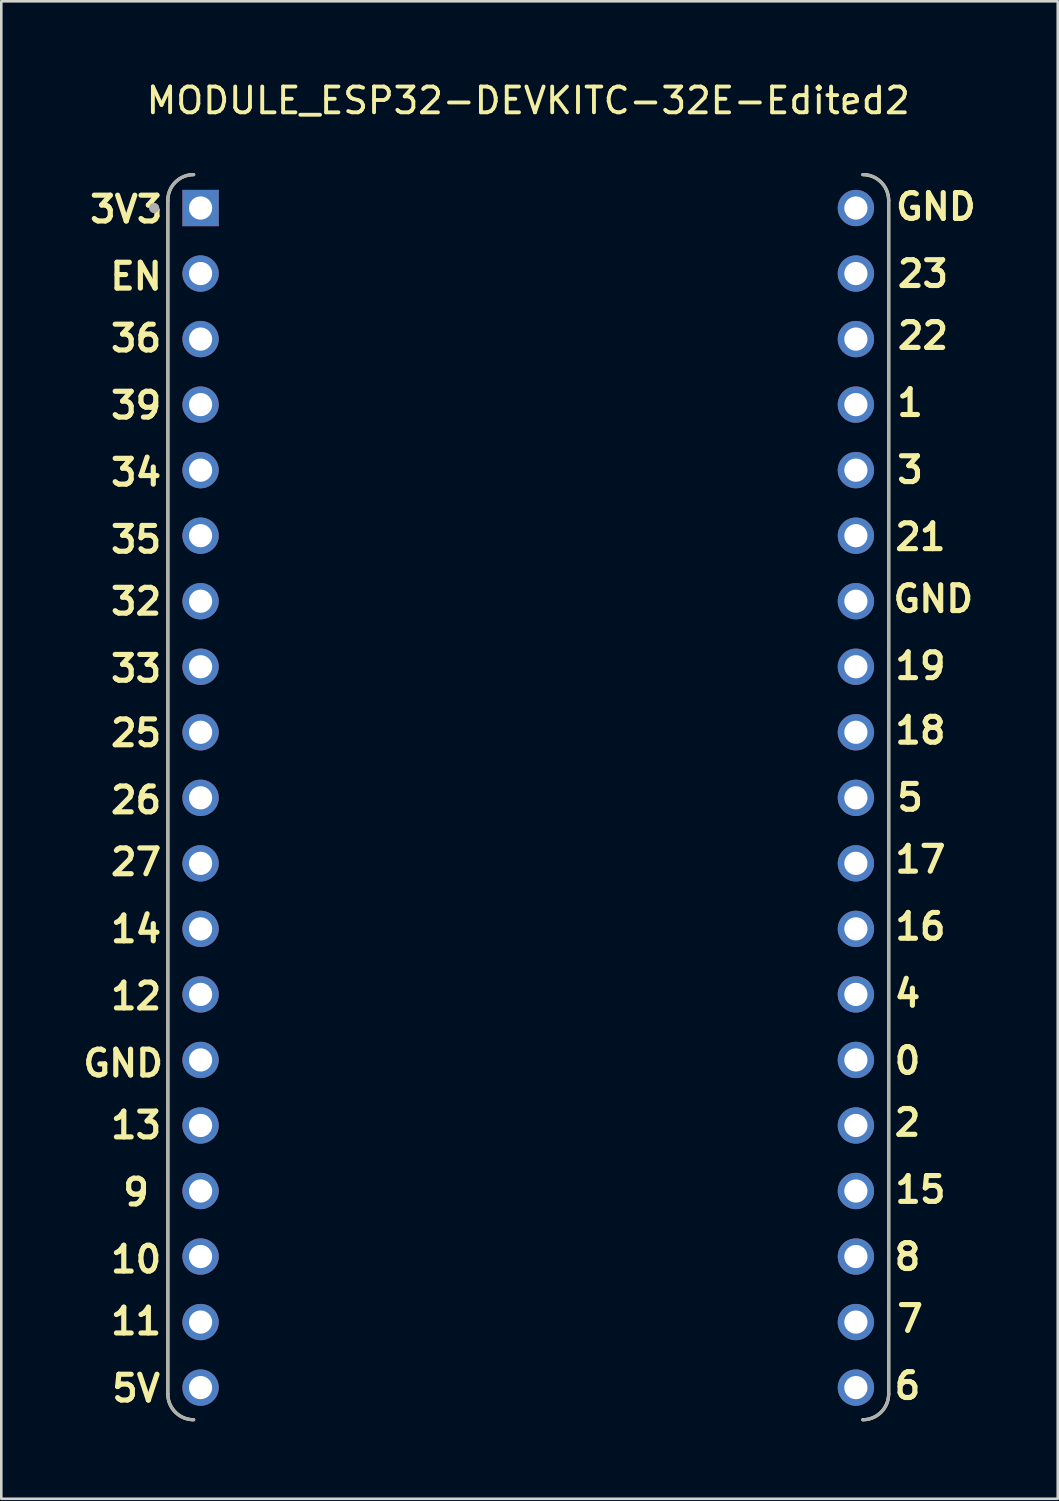
<source format=kicad_pcb>
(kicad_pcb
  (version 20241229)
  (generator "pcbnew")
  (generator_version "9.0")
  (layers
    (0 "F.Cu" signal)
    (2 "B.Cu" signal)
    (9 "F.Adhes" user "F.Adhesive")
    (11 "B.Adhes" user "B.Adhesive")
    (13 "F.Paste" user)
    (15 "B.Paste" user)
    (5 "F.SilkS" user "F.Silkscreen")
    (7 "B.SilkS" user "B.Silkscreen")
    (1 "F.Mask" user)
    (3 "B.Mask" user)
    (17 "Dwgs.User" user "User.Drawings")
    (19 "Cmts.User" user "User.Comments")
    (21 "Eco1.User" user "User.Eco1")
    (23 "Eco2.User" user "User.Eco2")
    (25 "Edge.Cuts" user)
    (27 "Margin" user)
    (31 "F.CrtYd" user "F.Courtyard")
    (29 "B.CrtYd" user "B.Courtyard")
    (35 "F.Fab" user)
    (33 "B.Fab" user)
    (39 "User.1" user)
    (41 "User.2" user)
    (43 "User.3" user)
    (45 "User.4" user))
  (footprint "MODULE_ESP32-DEVKITC-32E-Edited2"
    (layer "F.Cu")
    (at 17.424 27.848)
    (property "Reference" "MODULE_ESP32-DEVKITC-32E-Edited2" (at 0 -27 180) (layer "F.SilkS") (effects (font (size 1 1) (thickness 0.15))))
    (attr through_hole)
    (fp_line (start -13.97 23.13) (end -13.97 -23.13) (stroke (width 0.127) (type solid)) (layer "F.SilkS"))
    (fp_line (start 13.97 23.13) (end 13.97 -23.13) (stroke (width 0.127) (type solid)) (layer "F.SilkS"))
    (fp_arc (start -13.97 -23.13) (mid -13.677107 -23.837107) (end -12.97 -24.13) (stroke (width 0.127) (type solid)) (layer "F.SilkS"))
    (fp_arc (start -12.97 24.13) (mid -13.677107 23.837107) (end -13.97 23.13) (stroke (width 0.127) (type solid)) (layer "F.SilkS"))
    (fp_arc (start 12.97 -24.13) (mid 13.677107 -23.837107) (end 13.97 -23.13) (stroke (width 0.127) (type solid)) (layer "F.SilkS"))
    (fp_arc (start 13.97 23.13) (mid 13.677107 23.837107) (end 12.97 24.13) (stroke (width 0.127) (type solid)) (layer "F.SilkS"))
    (fp_line (start -13.97 23.13) (end -13.97 -23.13) (stroke (width 0.127) (type solid)) (layer "F.Fab"))
    (fp_line (start 13.97 23.13) (end 13.97 -23.13) (stroke (width 0.127) (type solid)) (layer "F.Fab"))
    (fp_arc (start -13.97 -23.13) (mid -13.677107 -23.837107) (end -12.97 -24.13) (stroke (width 0.127) (type solid)) (layer "F.Fab"))
    (fp_arc (start -12.97 24.13) (mid -13.677107 23.837107) (end -13.97 23.13) (stroke (width 0.127) (type solid)) (layer "F.Fab"))
    (fp_arc (start 12.97 -24.13) (mid 13.677107 -23.837107) (end 13.97 -23.13) (stroke (width 0.127) (type solid)) (layer "F.Fab"))
    (fp_arc (start 13.97 23.13) (mid 13.677107 23.837107) (end 12.97 24.13) (stroke (width 0.127) (type solid)) (layer "F.Fab"))
    (fp_circle (center -14.5 -22.835) (end -14.4 -22.835) (stroke (width 0.2) (type solid)) (fill no) (layer "F.Fab"))
    (fp_text user "27" (at -15.2 3.1 0) (unlocked yes) (layer "F.SilkS") (effects (font (size 1 1) (thickness 0.2) (bold yes)) (justify bottom)))
    (fp_text user "12" (at -15.2 8.3 0) (unlocked yes) (layer "F.SilkS") (effects (font (size 1 1) (thickness 0.2) (bold yes)) (justify bottom)))
    (fp_text user "33" (at -15.2 -4.4 0) (unlocked yes) (layer "F.SilkS") (effects (font (size 1 1) (thickness 0.2) (bold yes)) (justify bottom)))
    (fp_text user "0" (at 14.7 10.8 0) (unlocked yes) (layer "F.SilkS") (effects (font (size 1 1) (thickness 0.2) (bold yes)) (justify bottom)))
    (fp_text user "EN" (at -15.2 -19.6 0) (unlocked yes) (layer "F.SilkS") (effects (font (size 1 1) (thickness 0.2) (bold yes)) (justify bottom)))
    (fp_text user "21" (at 15.2 -9.5 0) (unlocked yes) (layer "F.SilkS") (effects (font (size 1 1) (thickness 0.2) (bold yes)) (justify bottom)))
    (fp_text user "39" (at -15.2 -14.6 0) (unlocked yes) (layer "F.SilkS") (effects (font (size 1 1) (thickness 0.2) (bold yes)) (justify bottom)))
    (fp_text user "3" (at 14.8 -12.1 0) (unlocked yes) (layer "F.SilkS") (effects (font (size 1 1) (thickness 0.2) (bold yes)) (justify bottom)))
    (fp_text user "5V" (at -15.2 23.5 0) (unlocked yes) (layer "F.SilkS") (effects (font (size 1 1) (thickness 0.2) (bold yes)) (justify bottom)))
    (fp_text user "17" (at 15.2 3 0) (unlocked yes) (layer "F.SilkS") (effects (font (size 1 1) (thickness 0.2) (bold yes)) (justify bottom)))
    (fp_text user "26" (at -15.2 0.7 0) (unlocked yes) (layer "F.SilkS") (effects (font (size 1 1) (thickness 0.2) (bold yes)) (justify bottom)))
    (fp_text user "4" (at 14.7 8.2 0) (unlocked yes) (layer "F.SilkS") (effects (font (size 1 1) (thickness 0.2) (bold yes)) (justify bottom)))
    (fp_text user "9" (at -15.2 15.9 0) (unlocked yes) (layer "F.SilkS") (effects (font (size 1 1) (thickness 0.2) (bold yes)) (justify bottom)))
    (fp_text user "" (at 14.4 -20.3 0) (unlocked yes) (layer "F.SilkS") (effects (font (size 1 1) (thickness 0.1)) (justify left bottom)))
    (fp_text user "14" (at -15.2 5.7 0) (unlocked yes) (layer "F.SilkS") (effects (font (size 1 1) (thickness 0.2) (bold yes)) (justify bottom)))
    (fp_text user "19" (at 15.2 -4.5 0) (unlocked yes) (layer "F.SilkS") (effects (font (size 1 1) (thickness 0.2) (bold yes)) (justify bottom)))
    (fp_text user "22" (at 15.3 -17.3 0) (unlocked yes) (layer "F.SilkS") (effects (font (size 1 1) (thickness 0.2) (bold yes)) (justify bottom)))
    (fp_text user "1" (at 14.8 -14.7 0) (unlocked yes) (layer "F.SilkS") (effects (font (size 1 1) (thickness 0.2) (bold yes)) (justify bottom)))
    (fp_text user "11" (at -15.2 20.9 0) (unlocked yes) (layer "F.SilkS") (effects (font (size 1 1) (thickness 0.2) (bold yes)) (justify bottom)))
    (fp_text user "32" (at -15.2 -7 0) (unlocked yes) (layer "F.SilkS") (effects (font (size 1 1) (thickness 0.2) (bold yes)) (justify bottom)))
    (fp_text user "7" (at 14.8 20.8 0) (unlocked yes) (layer "F.SilkS") (effects (font (size 1 1) (thickness 0.2) (bold yes)) (justify bottom)))
    (fp_text user "18" (at 15.2 -2 0) (unlocked yes) (layer "F.SilkS") (effects (font (size 1 1) (thickness 0.2) (bold yes)) (justify bottom)))
    (fp_text user "" (at -5.3 -20.3 0) (unlocked yes) (layer "F.SilkS") (effects (font (size 1 1) (thickness 0.1)) (justify left bottom)))
    (fp_text user "2" (at 14.7 13.2 0) (unlocked yes) (layer "F.SilkS") (effects (font (size 1 1) (thickness 0.2) (bold yes)) (justify bottom)))
    (fp_text user "16" (at 15.2 5.6 0) (unlocked yes) (layer "F.SilkS") (effects (font (size 1 1) (thickness 0.2) (bold yes)) (justify bottom)))
    (fp_text user "25" (at -15.2 -1.9 0) (unlocked yes) (layer "F.SilkS") (effects (font (size 1 1) (thickness 0.2) (bold yes)) (justify bottom)))
    (fp_text user "35" (at -15.2 -9.4 0) (unlocked yes) (layer "F.SilkS") (effects (font (size 1 1) (thickness 0.2) (bold yes)) (justify bottom)))
    (fp_text user "34" (at -15.2 -12 0) (unlocked yes) (layer "F.SilkS") (effects (font (size 1 1) (thickness 0.2) (bold yes)) (justify bottom)))
    (fp_text user "6" (at 14.7 23.4 0) (unlocked yes) (layer "F.SilkS") (effects (font (size 1 1) (thickness 0.2) (bold yes)) (justify bottom)))
    (fp_text user "8" (at 14.7 18.4 0) (unlocked yes) (layer "F.SilkS") (effects (font (size 1 1) (thickness 0.2) (bold yes)) (justify bottom)))
    (fp_text user "3V3 " (at -15.2 -22.2 0) (unlocked yes) (layer "F.SilkS") (effects (font (size 1 1) (thickness 0.2) (bold yes)) (justify bottom)))
    (fp_text user "GND" (at -15.7 10.9 0) (unlocked yes) (layer "F.SilkS") (effects (font (size 1 1) (thickness 0.2) (bold yes)) (justify bottom)))
    (fp_text user "15" (at 15.2 15.8 0) (unlocked yes) (layer "F.SilkS") (effects (font (size 1 1) (thickness 0.2) (bold yes)) (justify bottom)))
    (fp_text user "36" (at -15.2 -17.2 0) (unlocked yes) (layer "F.SilkS") (effects (font (size 1 1) (thickness 0.2) (bold yes)) (justify bottom)))
    (fp_text user "23" (at 15.3 -19.7 0) (unlocked yes) (layer "F.SilkS") (effects (font (size 1 1) (thickness 0.2) (bold yes)) (justify bottom)))
    (fp_text user "GND" (at 15.7 -7.1 0) (unlocked yes) (layer "F.SilkS") (effects (font (size 1 1) (thickness 0.2) (bold yes)) (justify bottom)))
    (fp_text user "" (at -16.8 -20.2 0) (unlocked yes) (layer "F.SilkS") (effects (font (size 1 1) (thickness 0.1)) (justify left bottom)))
    (fp_text user "GND" (at 15.8 -22.3 0) (unlocked yes) (layer "F.SilkS") (effects (font (size 1 1) (thickness 0.2) (bold yes)) (justify bottom)))
    (fp_text user "5" (at 14.8 0.6 0) (unlocked yes) (layer "F.SilkS") (effects (font (size 1 1) (thickness 0.2) (bold yes)) (justify bottom)))
    (fp_text user "10" (at -15.2 18.5 0) (unlocked yes) (layer "F.SilkS") (effects (font (size 1 1) (thickness 0.2) (bold yes)) (justify bottom)))
    (fp_text user "13" (at -15.2 13.3 0) (unlocked yes) (layer "F.SilkS") (effects (font (size 1 1) (thickness 0.2) (bold yes)) (justify bottom)))
    (pad "J2_1" thru_hole rect (at -12.7 -22.835) (size 1.408 1.408) (drill 0.9) (layers "*.Cu" "*.Mask"))
    (pad "J2_2" thru_hole circle (at -12.7 -20.295) (size 1.408 1.408) (drill 0.9) (layers "*.Cu" "*.Mask"))
    (pad "J2_3" thru_hole circle (at -12.7 -17.755) (size 1.408 1.408) (drill 0.9) (layers "*.Cu" "*.Mask"))
    (pad "J2_4" thru_hole circle (at -12.7 -15.215) (size 1.408 1.408) (drill 0.9) (layers "*.Cu" "*.Mask"))
    (pad "J2_5" thru_hole circle (at -12.7 -12.675) (size 1.408 1.408) (drill 0.9) (layers "*.Cu" "*.Mask"))
    (pad "J2_6" thru_hole circle (at -12.7 -10.135) (size 1.408 1.408) (drill 0.9) (layers "*.Cu" "*.Mask"))
    (pad "J2_7" thru_hole circle (at -12.7 -7.595) (size 1.408 1.408) (drill 0.9) (layers "*.Cu" "*.Mask"))
    (pad "J2_8" thru_hole circle (at -12.7 -5.055) (size 1.408 1.408) (drill 0.9) (layers "*.Cu" "*.Mask"))
    (pad "J2_9" thru_hole circle (at -12.7 -2.515) (size 1.408 1.408) (drill 0.9) (layers "*.Cu" "*.Mask"))
    (pad "J2_10" thru_hole circle (at -12.7 0.025) (size 1.408 1.408) (drill 0.9) (layers "*.Cu" "*.Mask"))
    (pad "J2_11" thru_hole circle (at -12.7 2.565) (size 1.408 1.408) (drill 0.9) (layers "*.Cu" "*.Mask"))
    (pad "J2_12" thru_hole circle (at -12.7 5.105) (size 1.408 1.408) (drill 0.9) (layers "*.Cu" "*.Mask"))
    (pad "J2_13" thru_hole circle (at -12.7 7.645) (size 1.408 1.408) (drill 0.9) (layers "*.Cu" "*.Mask"))
    (pad "J2_14" thru_hole circle (at -12.7 10.185) (size 1.408 1.408) (drill 0.9) (layers "*.Cu" "*.Mask"))
    (pad "J2_15" thru_hole circle (at -12.7 12.725) (size 1.408 1.408) (drill 0.9) (layers "*.Cu" "*.Mask"))
    (pad "J2_16" thru_hole circle (at -12.7 15.265) (size 1.408 1.408) (drill 0.9) (layers "*.Cu" "*.Mask"))
    (pad "J2_17" thru_hole circle (at -12.7 17.805) (size 1.408 1.408) (drill 0.9) (layers "*.Cu" "*.Mask"))
    (pad "J2_18" thru_hole circle (at -12.7 20.345) (size 1.408 1.408) (drill 0.9) (layers "*.Cu" "*.Mask"))
    (pad "J2_19" thru_hole circle (at -12.7 22.885) (size 1.408 1.408) (drill 0.9) (layers "*.Cu" "*.Mask"))
    (pad "J3_1" thru_hole circle (at 12.7 -22.835) (size 1.408 1.408) (drill 0.9) (layers "*.Cu" "*.Mask"))
    (pad "J3_2" thru_hole circle (at 12.7 -20.295) (size 1.408 1.408) (drill 0.9) (layers "*.Cu" "*.Mask"))
    (pad "J3_3" thru_hole circle (at 12.7 -17.755) (size 1.408 1.408) (drill 0.9) (layers "*.Cu" "*.Mask"))
    (pad "J3_4" thru_hole circle (at 12.7 -15.215) (size 1.408 1.408) (drill 0.9) (layers "*.Cu" "*.Mask"))
    (pad "J3_5" thru_hole circle (at 12.7 -12.675) (size 1.408 1.408) (drill 0.9) (layers "*.Cu" "*.Mask"))
    (pad "J3_6" thru_hole circle (at 12.7 -10.135) (size 1.408 1.408) (drill 0.9) (layers "*.Cu" "*.Mask"))
    (pad "J3_7" thru_hole circle (at 12.7 -7.595) (size 1.408 1.408) (drill 0.9) (layers "*.Cu" "*.Mask"))
    (pad "J3_8" thru_hole circle (at 12.7 -5.055) (size 1.408 1.408) (drill 0.9) (layers "*.Cu" "*.Mask"))
    (pad "J3_9" thru_hole circle (at 12.7 -2.515) (size 1.408 1.408) (drill 0.9) (layers "*.Cu" "*.Mask"))
    (pad "J3_10" thru_hole circle (at 12.7 0.025) (size 1.408 1.408) (drill 0.9) (layers "*.Cu" "*.Mask"))
    (pad "J3_11" thru_hole circle (at 12.7 2.565) (size 1.408 1.408) (drill 0.9) (layers "*.Cu" "*.Mask"))
    (pad "J3_12" thru_hole circle (at 12.7 5.105) (size 1.408 1.408) (drill 0.9) (layers "*.Cu" "*.Mask"))
    (pad "J3_13" thru_hole circle (at 12.7 7.645) (size 1.408 1.408) (drill 0.9) (layers "*.Cu" "*.Mask"))
    (pad "J3_14" thru_hole circle (at 12.7 10.185) (size 1.408 1.408) (drill 0.9) (layers "*.Cu" "*.Mask"))
    (pad "J3_15" thru_hole circle (at 12.7 12.725) (size 1.408 1.408) (drill 0.9) (layers "*.Cu" "*.Mask"))
    (pad "J3_16" thru_hole circle (at 12.7 15.265) (size 1.408 1.408) (drill 0.9) (layers "*.Cu" "*.Mask"))
    (pad "J3_17" thru_hole circle (at 12.7 17.805) (size 1.408 1.408) (drill 0.9) (layers "*.Cu" "*.Mask"))
    (pad "J3_18" thru_hole circle (at 12.7 20.345) (size 1.408 1.408) (drill 0.9) (layers "*.Cu" "*.Mask"))
    (pad "J3_19" thru_hole circle (at 12.7 22.885) (size 1.408 1.408) (drill 0.9) (layers "*.Cu" "*.Mask")))
  (gr_rect
    (start -3 -3)
    (end 37.948 55.042)
    (stroke (width 0.1) (type default))
    (fill no)
    (layer "Edge.Cuts")))
</source>
